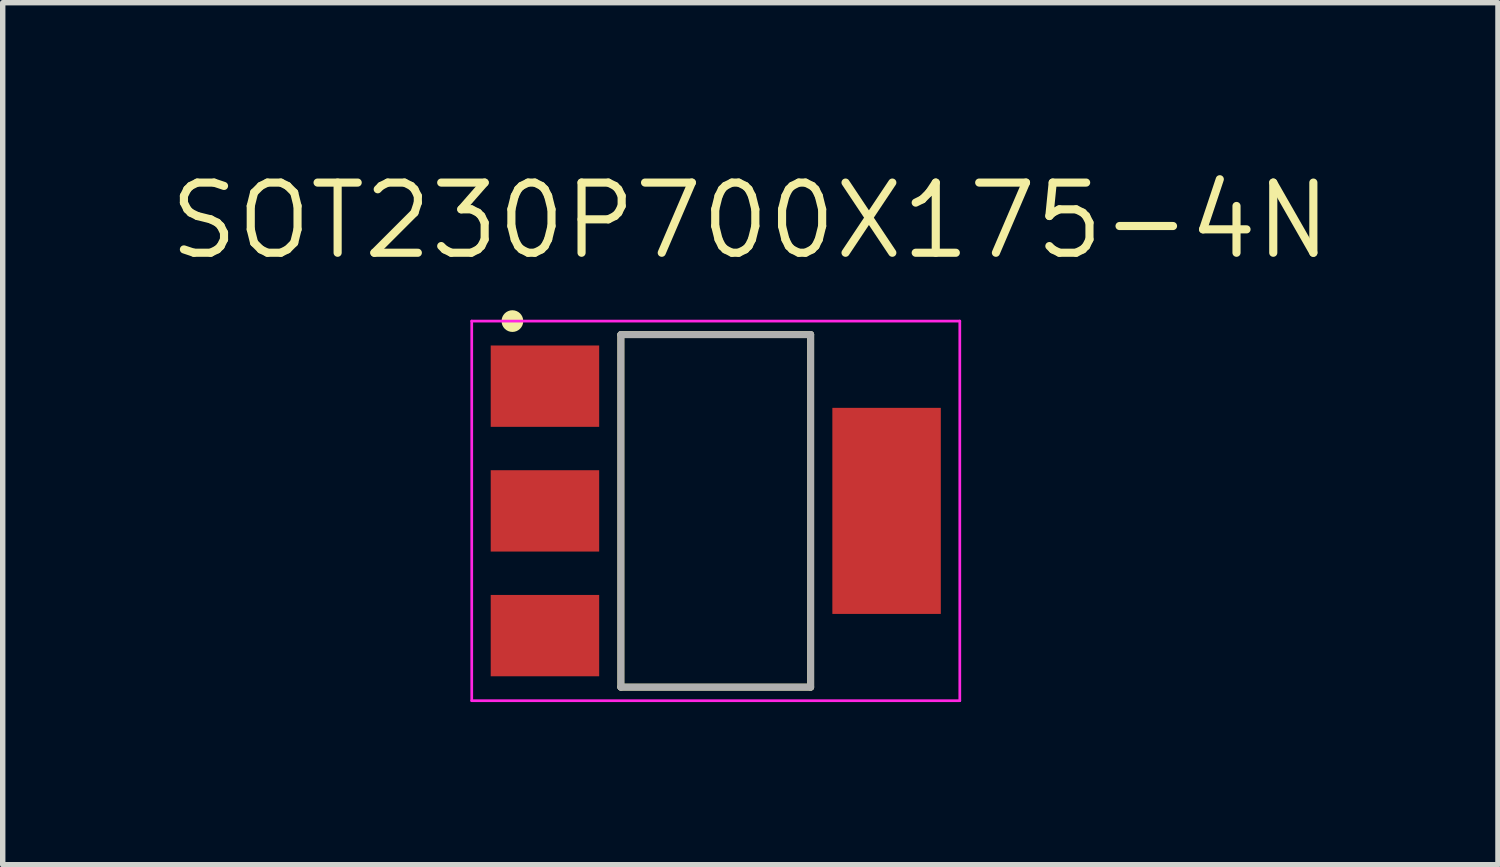
<source format=kicad_pcb>
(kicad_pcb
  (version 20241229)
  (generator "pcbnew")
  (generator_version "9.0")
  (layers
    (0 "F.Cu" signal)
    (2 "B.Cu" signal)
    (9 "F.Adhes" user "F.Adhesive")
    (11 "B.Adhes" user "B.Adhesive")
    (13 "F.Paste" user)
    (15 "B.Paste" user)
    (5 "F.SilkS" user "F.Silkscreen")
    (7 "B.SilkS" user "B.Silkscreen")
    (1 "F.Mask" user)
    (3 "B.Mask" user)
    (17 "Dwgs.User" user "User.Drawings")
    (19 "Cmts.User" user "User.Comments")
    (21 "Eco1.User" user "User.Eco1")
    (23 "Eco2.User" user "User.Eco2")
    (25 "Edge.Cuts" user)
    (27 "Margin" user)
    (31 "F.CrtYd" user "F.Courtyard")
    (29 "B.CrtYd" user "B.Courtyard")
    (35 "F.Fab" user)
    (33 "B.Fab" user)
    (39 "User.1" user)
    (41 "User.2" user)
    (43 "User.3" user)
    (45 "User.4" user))
  (footprint "SOT230P700X175-4N"
    (layer "F.Cu")
    (at 10.149 6.371)
    (property "Reference" "SOT230P700X175-4N" (at 0.637 -5.351 0) (layer "F.SilkS") (effects (font (size 1.294 1.294) (thickness 0.15))))
    (attr smd)
    (fp_line (start -1.75 -3.25) (end 1.75 -3.25) (stroke (width 0.127) (type solid)) (layer "F.SilkS"))
    (fp_line (start -1.75 3.25) (end -1.75 -3.25) (stroke (width 0.127) (type solid)) (layer "F.SilkS"))
    (fp_line (start 1.75 -3.25) (end 1.75 3.25) (stroke (width 0.127) (type solid)) (layer "F.SilkS"))
    (fp_line (start 1.75 3.25) (end -1.75 3.25) (stroke (width 0.127) (type solid)) (layer "F.SilkS"))
    (fp_circle (center -3.75 -3.5) (end -3.65 -3.5) (stroke (width 0.2) (type solid)) (fill no) (layer "F.SilkS"))
    (fp_line (start -4.5 -3.5) (end 4.5 -3.5) (stroke (width 0.05) (type solid)) (layer "F.CrtYd"))
    (fp_line (start -4.5 3.5) (end -4.5 -3.5) (stroke (width 0.05) (type solid)) (layer "F.CrtYd"))
    (fp_line (start 4.5 -3.5) (end 4.5 3.5) (stroke (width 0.05) (type solid)) (layer "F.CrtYd"))
    (fp_line (start 4.5 3.5) (end -4.5 3.5) (stroke (width 0.05) (type solid)) (layer "F.CrtYd"))
    (fp_line (start -1.75 -3.25) (end 1.75 -3.25) (stroke (width 0.127) (type solid)) (layer "F.Fab"))
    (fp_line (start -1.75 3.25) (end -1.75 -3.25) (stroke (width 0.127) (type solid)) (layer "F.Fab"))
    (fp_line (start 1.75 -3.25) (end 1.75 3.25) (stroke (width 0.127) (type solid)) (layer "F.Fab"))
    (fp_line (start 1.75 3.25) (end -1.75 3.25) (stroke (width 0.127) (type solid)) (layer "F.Fab"))
    (pad "1" smd rect (at -3.15 -2.3) (size 2 1.5) (layers "F.Cu" "F.Mask" "F.Paste"))
    (pad "2" smd rect (at -3.15 0) (size 2 1.5) (layers "F.Cu" "F.Mask" "F.Paste"))
    (pad "3" smd rect (at -3.15 2.3) (size 2 1.5) (layers "F.Cu" "F.Mask" "F.Paste"))
    (pad "4" smd rect (at 3.15 0) (size 2 3.8) (layers "F.Cu" "F.Mask" "F.Paste")))
  (gr_rect
    (start -3 -3)
    (end 24.573 12.896)
    (stroke (width 0.1) (type default))
    (fill no)
    (layer "Edge.Cuts")))
</source>
